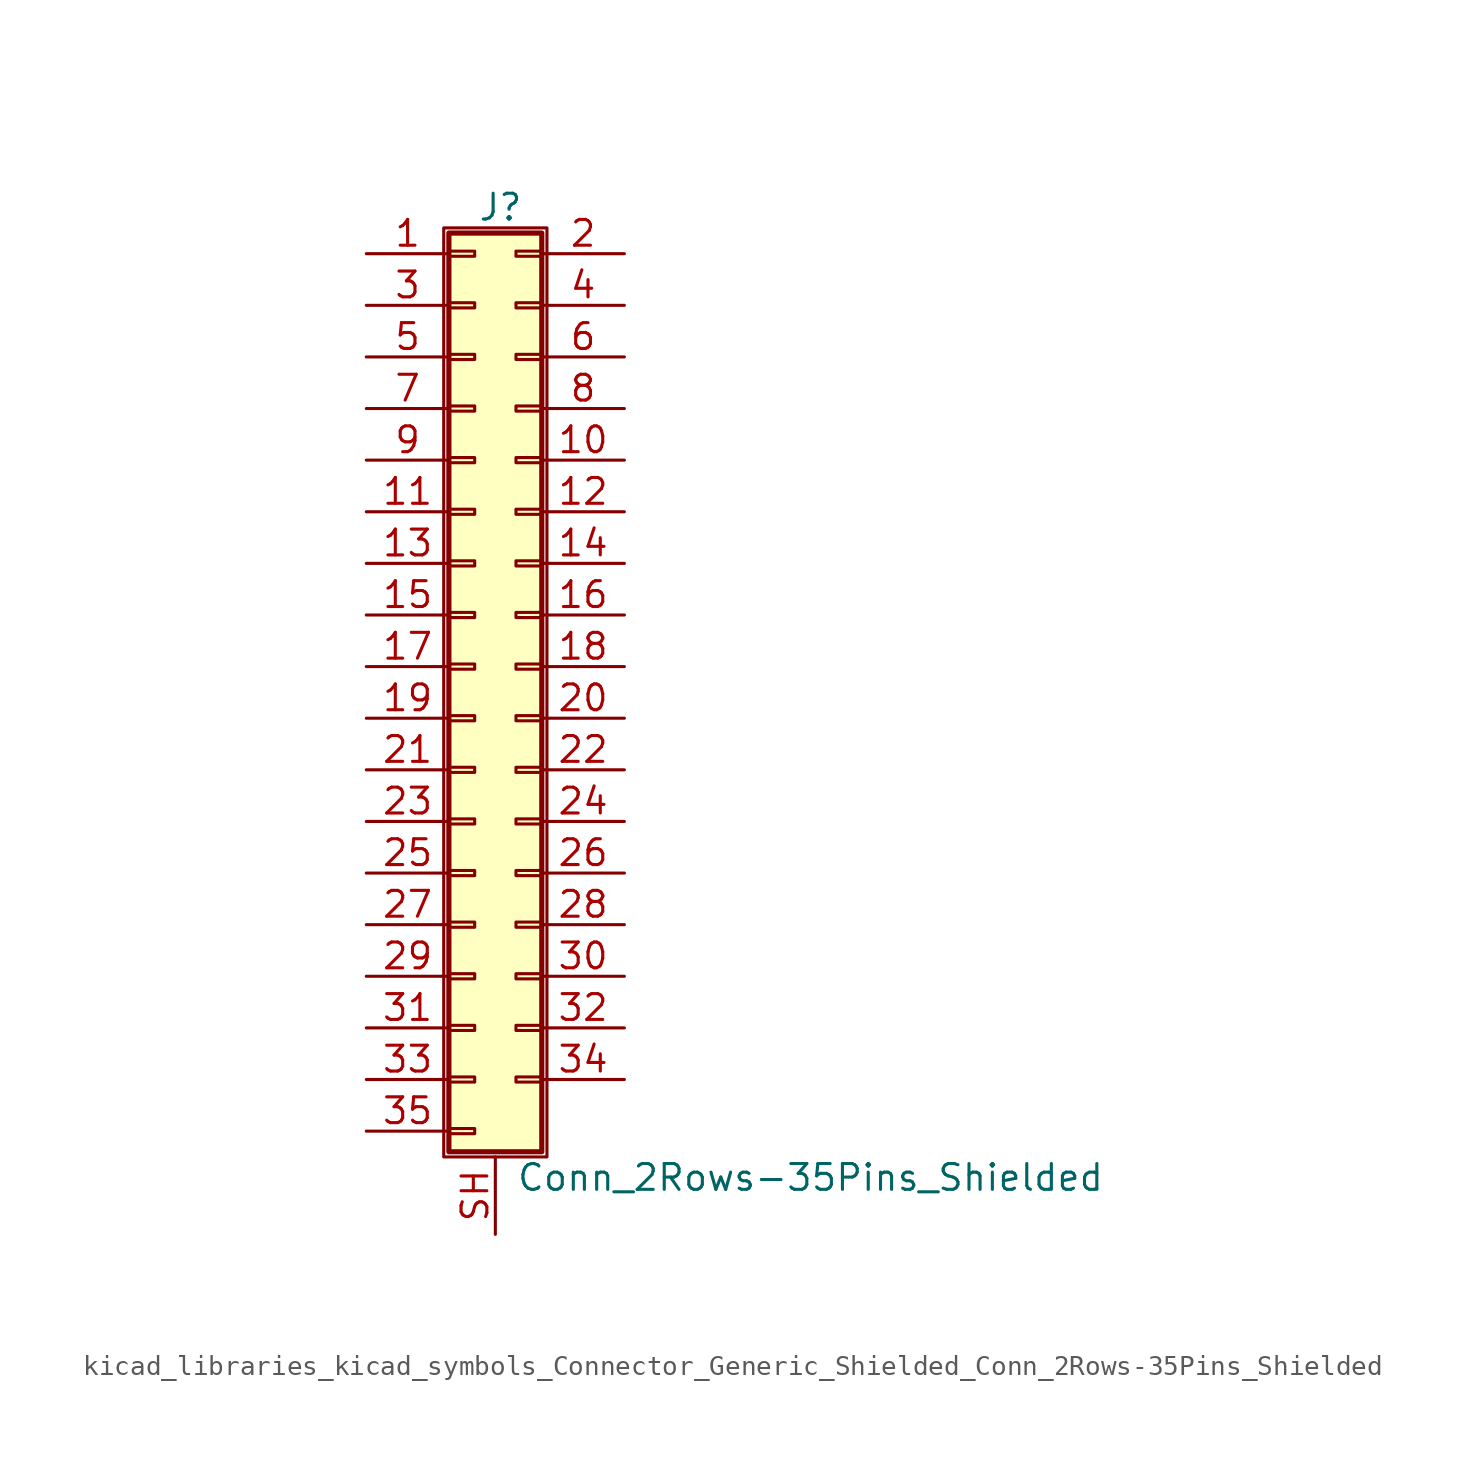
<source format=kicad_sym>
(kicad_symbol_lib
  (version 20220914)
  (generator kicad_symbol_editor)
  (symbol "kicad_libraries_kicad_symbols_Connector_Generic_Shielded_Conn_2Rows-35Pins_Shielded"
    (pin_names
      (offset 1.016) hide)
    (property "Reference" "J"
      (at 1.524 22.606 0)
      (effects (font (size 1.27 1.27))))
    (property "Value" "Conn_2Rows-35Pins_Shielded"
      (at 2.286 -25.146 0)
      (effects (font (size 1.27 1.27)) (justify left)))
    (symbol "kicad_libraries_kicad_symbols_Connector_Generic_Shielded_Conn_2Rows-35Pins_Shielded_1_1"
      (rectangle (start -1.27 21.59) (end 3.81 -24.13) (stroke (width 0.152) (type default)) (fill (type none)))
      (rectangle (start -1.016 -22.733) (end 0.254 -22.987) (stroke (width 0.152) (type default)) (fill (type none)))
      (rectangle (start -1.016 -20.193) (end 0.254 -20.447) (stroke (width 0.152) (type default)) (fill (type none)))
      (rectangle (start -1.016 -17.653) (end 0.254 -17.907) (stroke (width 0.152) (type default)) (fill (type none)))
      (rectangle (start -1.016 -15.113) (end 0.254 -15.367) (stroke (width 0.152) (type default)) (fill (type none)))
      (rectangle (start -1.016 -12.573) (end 0.254 -12.827) (stroke (width 0.152) (type default)) (fill (type none)))
      (rectangle (start -1.016 -10.033) (end 0.254 -10.287) (stroke (width 0.152) (type default)) (fill (type none)))
      (rectangle (start -1.016 -7.493) (end 0.254 -7.747) (stroke (width 0.152) (type default)) (fill (type none)))
      (rectangle (start -1.016 -4.953) (end 0.254 -5.207) (stroke (width 0.152) (type default)) (fill (type none)))
      (rectangle (start -1.016 -2.413) (end 0.254 -2.667) (stroke (width 0.152) (type default)) (fill (type none)))
      (rectangle (start -1.016 0.127) (end 0.254 -0.127) (stroke (width 0.152) (type default)) (fill (type none)))
      (rectangle (start -1.016 2.667) (end 0.254 2.413) (stroke (width 0.152) (type default)) (fill (type none)))
      (rectangle (start -1.016 5.207) (end 0.254 4.953) (stroke (width 0.152) (type default)) (fill (type none)))
      (rectangle (start -1.016 7.747) (end 0.254 7.493) (stroke (width 0.152) (type default)) (fill (type none)))
      (rectangle (start -1.016 10.287) (end 0.254 10.033) (stroke (width 0.152) (type default)) (fill (type none)))
      (rectangle (start -1.016 12.827) (end 0.254 12.573) (stroke (width 0.152) (type default)) (fill (type none)))
      (rectangle (start -1.016 15.367) (end 0.254 15.113) (stroke (width 0.152) (type default)) (fill (type none)))
      (rectangle (start -1.016 17.907) (end 0.254 17.653) (stroke (width 0.152) (type default)) (fill (type none)))
      (rectangle (start -1.016 20.447) (end 0.254 20.193) (stroke (width 0.152) (type default)) (fill (type none)))
      (rectangle (start -1.016 21.336) (end 3.556 -23.876) (stroke (width 0.254) (type default)) (fill (type background)))
      (rectangle (start 3.556 -20.193) (end 2.286 -20.447) (stroke (width 0.152) (type default)) (fill (type none)))
      (rectangle (start 3.556 -17.653) (end 2.286 -17.907) (stroke (width 0.152) (type default)) (fill (type none)))
      (rectangle (start 3.556 -15.113) (end 2.286 -15.367) (stroke (width 0.152) (type default)) (fill (type none)))
      (rectangle (start 3.556 -12.573) (end 2.286 -12.827) (stroke (width 0.152) (type default)) (fill (type none)))
      (rectangle (start 3.556 -10.033) (end 2.286 -10.287) (stroke (width 0.152) (type default)) (fill (type none)))
      (rectangle (start 3.556 -7.493) (end 2.286 -7.747) (stroke (width 0.152) (type default)) (fill (type none)))
      (rectangle (start 3.556 -4.953) (end 2.286 -5.207) (stroke (width 0.152) (type default)) (fill (type none)))
      (rectangle (start 3.556 -2.413) (end 2.286 -2.667) (stroke (width 0.152) (type default)) (fill (type none)))
      (rectangle (start 3.556 0.127) (end 2.286 -0.127) (stroke (width 0.152) (type default)) (fill (type none)))
      (rectangle (start 3.556 2.667) (end 2.286 2.413) (stroke (width 0.152) (type default)) (fill (type none)))
      (rectangle (start 3.556 5.207) (end 2.286 4.953) (stroke (width 0.152) (type default)) (fill (type none)))
      (rectangle (start 3.556 7.747) (end 2.286 7.493) (stroke (width 0.152) (type default)) (fill (type none)))
      (rectangle (start 3.556 10.287) (end 2.286 10.033) (stroke (width 0.152) (type default)) (fill (type none)))
      (rectangle (start 3.556 12.827) (end 2.286 12.573) (stroke (width 0.152) (type default)) (fill (type none)))
      (rectangle (start 3.556 15.367) (end 2.286 15.113) (stroke (width 0.152) (type default)) (fill (type none)))
      (rectangle (start 3.556 17.907) (end 2.286 17.653) (stroke (width 0.152) (type default)) (fill (type none)))
      (rectangle (start 3.556 20.447) (end 2.286 20.193) (stroke (width 0.152) (type default)) (fill (type none)))
      (pin passive line (at -5.08 20.32 0) (length 4.064) (name "Pin_1" (effects (font (size 1.27 1.27)))) (number "1" (effects (font (size 1.27 1.27)))))
      (pin passive line (at 7.62 10.16 180) (length 4.064) (name "Pin_10" (effects (font (size 1.27 1.27)))) (number "10" (effects (font (size 1.27 1.27)))))
      (pin passive line (at -5.08 7.62 0) (length 4.064) (name "Pin_11" (effects (font (size 1.27 1.27)))) (number "11" (effects (font (size 1.27 1.27)))))
      (pin passive line (at 7.62 7.62 180) (length 4.064) (name "Pin_12" (effects (font (size 1.27 1.27)))) (number "12" (effects (font (size 1.27 1.27)))))
      (pin passive line (at -5.08 5.08 0) (length 4.064) (name "Pin_13" (effects (font (size 1.27 1.27)))) (number "13" (effects (font (size 1.27 1.27)))))
      (pin passive line (at 7.62 5.08 180) (length 4.064) (name "Pin_14" (effects (font (size 1.27 1.27)))) (number "14" (effects (font (size 1.27 1.27)))))
      (pin passive line (at -5.08 2.54 0) (length 4.064) (name "Pin_15" (effects (font (size 1.27 1.27)))) (number "15" (effects (font (size 1.27 1.27)))))
      (pin passive line (at 7.62 2.54 180) (length 4.064) (name "Pin_16" (effects (font (size 1.27 1.27)))) (number "16" (effects (font (size 1.27 1.27)))))
      (pin passive line (at -5.08 0 0) (length 4.064) (name "Pin_17" (effects (font (size 1.27 1.27)))) (number "17" (effects (font (size 1.27 1.27)))))
      (pin passive line (at 7.62 0 180) (length 4.064) (name "Pin_18" (effects (font (size 1.27 1.27)))) (number "18" (effects (font (size 1.27 1.27)))))
      (pin passive line (at -5.08 -2.54 0) (length 4.064) (name "Pin_19" (effects (font (size 1.27 1.27)))) (number "19" (effects (font (size 1.27 1.27)))))
      (pin passive line (at 7.62 20.32 180) (length 4.064) (name "Pin_2" (effects (font (size 1.27 1.27)))) (number "2" (effects (font (size 1.27 1.27)))))
      (pin passive line (at 7.62 -2.54 180) (length 4.064) (name "Pin_20" (effects (font (size 1.27 1.27)))) (number "20" (effects (font (size 1.27 1.27)))))
      (pin passive line (at -5.08 -5.08 0) (length 4.064) (name "Pin_21" (effects (font (size 1.27 1.27)))) (number "21" (effects (font (size 1.27 1.27)))))
      (pin passive line (at 7.62 -5.08 180) (length 4.064) (name "Pin_22" (effects (font (size 1.27 1.27)))) (number "22" (effects (font (size 1.27 1.27)))))
      (pin passive line (at -5.08 -7.62 0) (length 4.064) (name "Pin_23" (effects (font (size 1.27 1.27)))) (number "23" (effects (font (size 1.27 1.27)))))
      (pin passive line (at 7.62 -7.62 180) (length 4.064) (name "Pin_24" (effects (font (size 1.27 1.27)))) (number "24" (effects (font (size 1.27 1.27)))))
      (pin passive line (at -5.08 -10.16 0) (length 4.064) (name "Pin_25" (effects (font (size 1.27 1.27)))) (number "25" (effects (font (size 1.27 1.27)))))
      (pin passive line (at 7.62 -10.16 180) (length 4.064) (name "Pin_26" (effects (font (size 1.27 1.27)))) (number "26" (effects (font (size 1.27 1.27)))))
      (pin passive line (at -5.08 -12.7 0) (length 4.064) (name "Pin_27" (effects (font (size 1.27 1.27)))) (number "27" (effects (font (size 1.27 1.27)))))
      (pin passive line (at 7.62 -12.7 180) (length 4.064) (name "Pin_28" (effects (font (size 1.27 1.27)))) (number "28" (effects (font (size 1.27 1.27)))))
      (pin passive line (at -5.08 -15.24 0) (length 4.064) (name "Pin_29" (effects (font (size 1.27 1.27)))) (number "29" (effects (font (size 1.27 1.27)))))
      (pin passive line (at -5.08 17.78 0) (length 4.064) (name "Pin_3" (effects (font (size 1.27 1.27)))) (number "3" (effects (font (size 1.27 1.27)))))
      (pin passive line (at 7.62 -15.24 180) (length 4.064) (name "Pin_30" (effects (font (size 1.27 1.27)))) (number "30" (effects (font (size 1.27 1.27)))))
      (pin passive line (at -5.08 -17.78 0) (length 4.064) (name "Pin_31" (effects (font (size 1.27 1.27)))) (number "31" (effects (font (size 1.27 1.27)))))
      (pin passive line (at 7.62 -17.78 180) (length 4.064) (name "Pin_32" (effects (font (size 1.27 1.27)))) (number "32" (effects (font (size 1.27 1.27)))))
      (pin passive line (at -5.08 -20.32 0) (length 4.064) (name "Pin_33" (effects (font (size 1.27 1.27)))) (number "33" (effects (font (size 1.27 1.27)))))
      (pin passive line (at 7.62 -20.32 180) (length 4.064) (name "Pin_34" (effects (font (size 1.27 1.27)))) (number "34" (effects (font (size 1.27 1.27)))))
      (pin passive line (at -5.08 -22.86 0) (length 4.064) (name "Pin_35" (effects (font (size 1.27 1.27)))) (number "35" (effects (font (size 1.27 1.27)))))
      (pin passive line (at 7.62 17.78 180) (length 4.064) (name "Pin_4" (effects (font (size 1.27 1.27)))) (number "4" (effects (font (size 1.27 1.27)))))
      (pin passive line (at -5.08 15.24 0) (length 4.064) (name "Pin_5" (effects (font (size 1.27 1.27)))) (number "5" (effects (font (size 1.27 1.27)))))
      (pin passive line (at 7.62 15.24 180) (length 4.064) (name "Pin_6" (effects (font (size 1.27 1.27)))) (number "6" (effects (font (size 1.27 1.27)))))
      (pin passive line (at -5.08 12.7 0) (length 4.064) (name "Pin_7" (effects (font (size 1.27 1.27)))) (number "7" (effects (font (size 1.27 1.27)))))
      (pin passive line (at 7.62 12.7 180) (length 4.064) (name "Pin_8" (effects (font (size 1.27 1.27)))) (number "8" (effects (font (size 1.27 1.27)))))
      (pin passive line (at -5.08 10.16 0) (length 4.064) (name "Pin_9" (effects (font (size 1.27 1.27)))) (number "9" (effects (font (size 1.27 1.27)))))
      (pin passive line (at 1.27 -27.94 90) (length 3.81) (name "Shield" (effects (font (size 1.27 1.27)))) (number "SH" (effects (font (size 1.27 1.27))))))))
</source>
